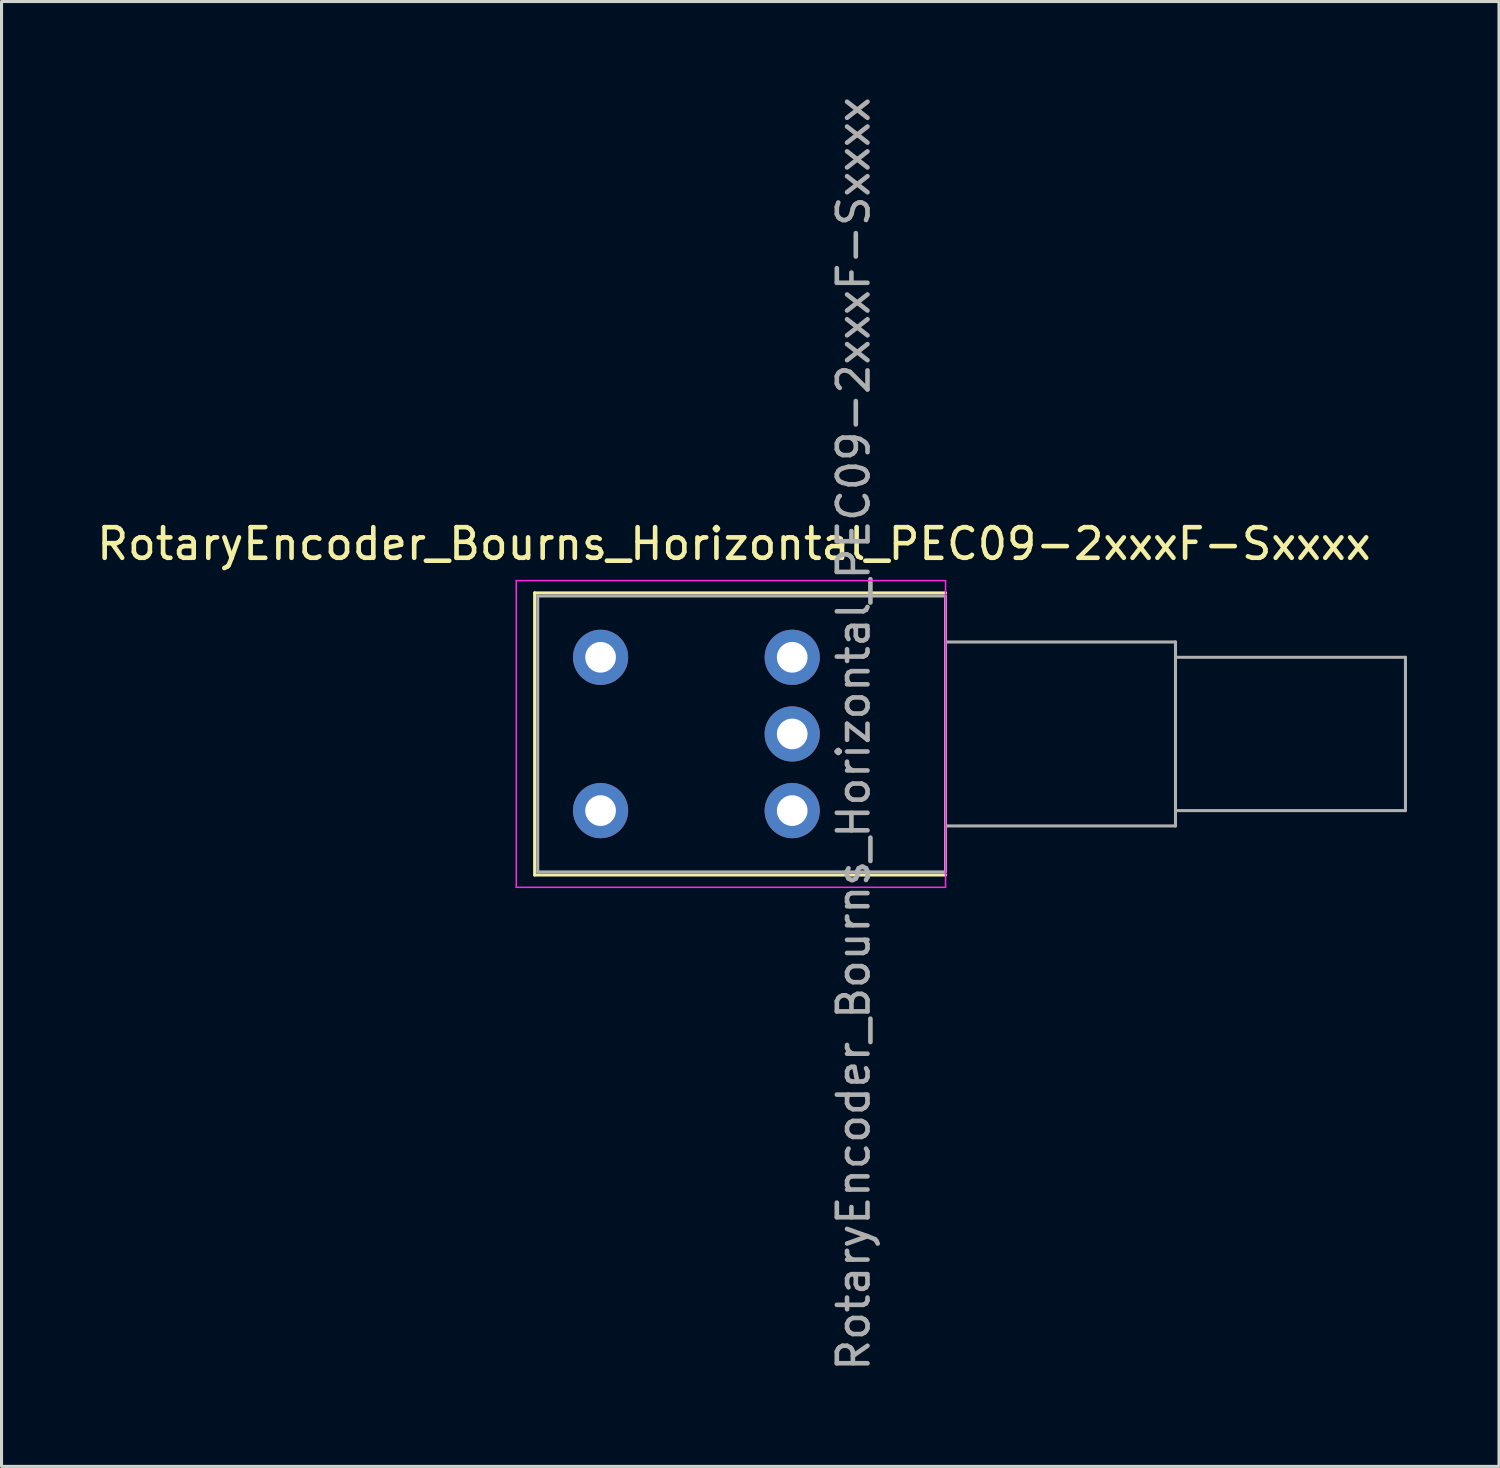
<source format=kicad_pcb>
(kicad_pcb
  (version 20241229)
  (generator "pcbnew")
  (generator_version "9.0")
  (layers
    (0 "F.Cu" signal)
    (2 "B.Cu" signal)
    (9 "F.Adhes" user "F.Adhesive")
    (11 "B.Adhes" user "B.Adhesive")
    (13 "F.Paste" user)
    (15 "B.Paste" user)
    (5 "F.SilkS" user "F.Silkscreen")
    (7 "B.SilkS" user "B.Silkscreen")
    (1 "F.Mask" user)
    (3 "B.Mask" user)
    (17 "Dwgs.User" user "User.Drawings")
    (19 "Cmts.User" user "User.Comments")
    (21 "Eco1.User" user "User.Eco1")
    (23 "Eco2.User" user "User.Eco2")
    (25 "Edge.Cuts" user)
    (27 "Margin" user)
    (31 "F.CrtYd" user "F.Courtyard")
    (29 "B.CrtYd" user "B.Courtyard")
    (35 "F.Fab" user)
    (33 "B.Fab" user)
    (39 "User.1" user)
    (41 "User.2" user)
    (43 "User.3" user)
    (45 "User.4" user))
  (footprint "RotaryEncoder_Bourns_Horizontal_PEC09-2xxxF-Sxxxx"
    (layer "F.Cu")
    (at 22.787 23.387)
    (property "Reference" "RotaryEncoder_Bourns_Horizontal_PEC09-2xxxF-Sxxxx" (at -1.9 -8.7 0) (layer "F.SilkS") (effects (font (size 1 1) (thickness 0.15))))
    (attr through_hole)
    (fp_line (start -8.4 -7.1) (end -8.4 2.1) (stroke (width 0.1) (type solid)) (layer "F.SilkS"))
    (fp_line (start -8.4 2.1) (end 5 2.1) (stroke (width 0.1) (type solid)) (layer "F.SilkS"))
    (fp_line (start 5 -7.1) (end -8.4 -7.1) (stroke (width 0.1) (type solid)) (layer "F.SilkS"))
    (fp_line (start -9 -7.5) (end 5 -7.5) (stroke (width 0.05) (type solid)) (layer "F.CrtYd"))
    (fp_line (start -9 2.5) (end -9 -7.5) (stroke (width 0.05) (type solid)) (layer "F.CrtYd"))
    (fp_line (start 5 -7.5) (end 5 2.5) (stroke (width 0.05) (type solid)) (layer "F.CrtYd"))
    (fp_line (start 5 2.5) (end -9 2.5) (stroke (width 0.05) (type solid)) (layer "F.CrtYd"))
    (fp_line (start -8.3 -7) (end -8.3 2) (stroke (width 0.1) (type solid)) (layer "F.Fab"))
    (fp_line (start 5 -7) (end -8.3 -7) (stroke (width 0.1) (type solid)) (layer "F.Fab"))
    (fp_line (start 5 -7) (end 5 2) (stroke (width 0.1) (type solid)) (layer "F.Fab"))
    (fp_line (start 5 -5.5) (end 12.5 -5.5) (stroke (width 0.1) (type solid)) (layer "F.Fab"))
    (fp_line (start 5 2) (end -8.3 2) (stroke (width 0.1) (type solid)) (layer "F.Fab"))
    (fp_line (start 12.5 -5.5) (end 12.5 0.5) (stroke (width 0.1) (type solid)) (layer "F.Fab"))
    (fp_line (start 12.5 -5) (end 20 -5) (stroke (width 0.1) (type solid)) (layer "F.Fab"))
    (fp_line (start 12.5 0.5) (end 5 0.5) (stroke (width 0.1) (type solid)) (layer "F.Fab"))
    (fp_line (start 20 -5) (end 20 0) (stroke (width 0.1) (type solid)) (layer "F.Fab"))
    (fp_line (start 20 0) (end 12.5 0) (stroke (width 0.1) (type solid)) (layer "F.Fab"))
    (fp_text user "${REFERENCE}" (at 2 -2.5 90) (layer "F.Fab") (effects (font (size 1 1) (thickness 0.15))))
    (pad "A" thru_hole circle (at 0 0) (size 1.8 1.8) (drill 1) (layers "*.Cu" "*.Mask"))
    (pad "B" thru_hole circle (at 0 -5) (size 1.8 1.8) (drill 1) (layers "*.Cu" "*.Mask"))
    (pad "C" thru_hole circle (at 0 -2.5) (size 1.8 1.8) (drill 1) (layers "*.Cu" "*.Mask"))
    (pad "S1" thru_hole circle (at -6.25 0) (size 1.8 1.8) (drill 1) (layers "*.Cu" "*.Mask"))
    (pad "S2" thru_hole circle (at -6.25 -5) (size 1.8 1.8) (drill 1) (layers "*.Cu" "*.Mask")))
  (gr_rect
    (start -3 -3)
    (end 45.837 44.774)
    (stroke (width 0.1) (type default))
    (fill no)
    (layer "Edge.Cuts")))
</source>
